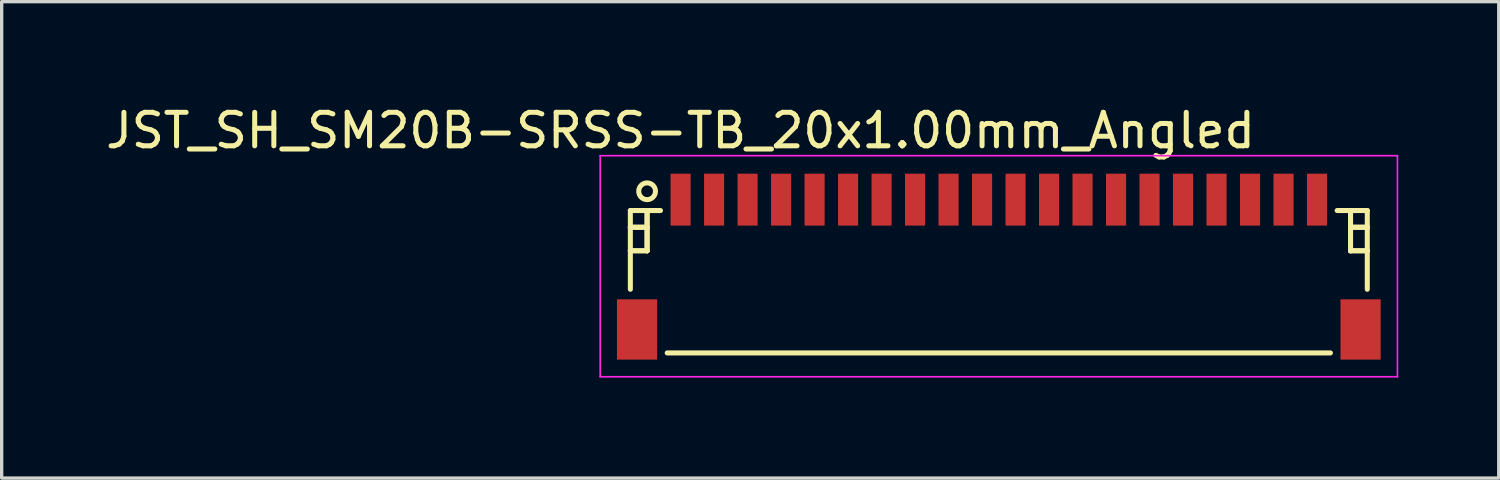
<source format=kicad_pcb>
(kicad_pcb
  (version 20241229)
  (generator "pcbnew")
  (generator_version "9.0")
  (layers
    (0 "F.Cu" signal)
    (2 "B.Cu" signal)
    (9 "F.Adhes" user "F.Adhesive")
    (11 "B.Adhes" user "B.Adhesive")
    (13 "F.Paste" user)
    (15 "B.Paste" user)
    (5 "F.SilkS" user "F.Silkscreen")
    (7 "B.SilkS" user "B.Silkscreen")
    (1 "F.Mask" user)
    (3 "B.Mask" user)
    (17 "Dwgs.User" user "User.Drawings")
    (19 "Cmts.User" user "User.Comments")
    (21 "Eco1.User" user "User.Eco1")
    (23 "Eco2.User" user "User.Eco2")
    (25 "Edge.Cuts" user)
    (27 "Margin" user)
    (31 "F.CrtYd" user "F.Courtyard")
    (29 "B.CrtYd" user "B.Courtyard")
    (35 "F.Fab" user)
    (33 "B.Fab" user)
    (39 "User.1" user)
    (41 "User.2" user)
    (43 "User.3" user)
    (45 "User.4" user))
  (footprint "JST_SH_SM20B-SRSS-TB_20x1.00mm_Angled"
    (layer "F.Cu")
    (at 26.768 4.848)
    (property "Reference" "JST_SH_SM20B-SRSS-TB_20x1.00mm_Angled" (at -9.5 -4 0) (layer "F.SilkS") (effects (font (size 1 1) (thickness 0.15))))
    (attr smd)
    (fp_line (start -11 -1.613) (end -10.1 -1.613) (stroke (width 0.15) (type solid)) (layer "F.SilkS"))
    (fp_line (start -11 -1.113) (end -11 -1.113) (stroke (width 0.15) (type solid)) (layer "F.SilkS"))
    (fp_line (start -11 -1.113) (end -10.5 -1.113) (stroke (width 0.15) (type solid)) (layer "F.SilkS"))
    (fp_line (start -11 -0.412) (end -11 -0.412) (stroke (width 0.15) (type solid)) (layer "F.SilkS"))
    (fp_line (start -11 -0.412) (end -10.5 -0.412) (stroke (width 0.15) (type solid)) (layer "F.SilkS"))
    (fp_line (start -11 0.738) (end -11 -1.613) (stroke (width 0.15) (type solid)) (layer "F.SilkS"))
    (fp_line (start -10.5 -1.613) (end -10.5 -1.613) (stroke (width 0.15) (type solid)) (layer "F.SilkS"))
    (fp_line (start -10.5 -1.613) (end -10.5 -0.412) (stroke (width 0.15) (type solid)) (layer "F.SilkS"))
    (fp_line (start -10.5 -1.113) (end -11 -1.113) (stroke (width 0.15) (type solid)) (layer "F.SilkS"))
    (fp_line (start -10.5 -1.113) (end -10.5 -1.113) (stroke (width 0.15) (type solid)) (layer "F.SilkS"))
    (fp_line (start -10.5 -0.412) (end -11 -0.412) (stroke (width 0.15) (type solid)) (layer "F.SilkS"))
    (fp_line (start -10.5 -0.412) (end -10.5 -1.613) (stroke (width 0.15) (type solid)) (layer "F.SilkS"))
    (fp_line (start -10.5 -0.412) (end -10.5 -0.412) (stroke (width 0.15) (type solid)) (layer "F.SilkS"))
    (fp_line (start -10.5 -0.412) (end -10.5 -0.412) (stroke (width 0.15) (type solid)) (layer "F.SilkS"))
    (fp_line (start -9.9 2.638) (end 9.9 2.638) (stroke (width 0.15) (type solid)) (layer "F.SilkS"))
    (fp_line (start 10.5 -1.613) (end 10.5 -1.613) (stroke (width 0.15) (type solid)) (layer "F.SilkS"))
    (fp_line (start 10.5 -1.613) (end 10.5 -0.412) (stroke (width 0.15) (type solid)) (layer "F.SilkS"))
    (fp_line (start 10.5 -1.113) (end 10.5 -1.113) (stroke (width 0.15) (type solid)) (layer "F.SilkS"))
    (fp_line (start 10.5 -1.113) (end 11 -1.113) (stroke (width 0.15) (type solid)) (layer "F.SilkS"))
    (fp_line (start 10.5 -0.412) (end 10.5 -1.613) (stroke (width 0.15) (type solid)) (layer "F.SilkS"))
    (fp_line (start 10.5 -0.412) (end 10.5 -0.412) (stroke (width 0.15) (type solid)) (layer "F.SilkS"))
    (fp_line (start 10.5 -0.412) (end 10.5 -0.412) (stroke (width 0.15) (type solid)) (layer "F.SilkS"))
    (fp_line (start 10.5 -0.412) (end 11 -0.412) (stroke (width 0.15) (type solid)) (layer "F.SilkS"))
    (fp_line (start 11 -1.613) (end 10.1 -1.613) (stroke (width 0.15) (type solid)) (layer "F.SilkS"))
    (fp_line (start 11 -1.113) (end 10.5 -1.113) (stroke (width 0.15) (type solid)) (layer "F.SilkS"))
    (fp_line (start 11 -1.113) (end 11 -1.113) (stroke (width 0.15) (type solid)) (layer "F.SilkS"))
    (fp_line (start 11 -0.412) (end 10.5 -0.412) (stroke (width 0.15) (type solid)) (layer "F.SilkS"))
    (fp_line (start 11 -0.412) (end 11 -0.412) (stroke (width 0.15) (type solid)) (layer "F.SilkS"))
    (fp_line (start 11 0.738) (end 11 -1.613) (stroke (width 0.15) (type solid)) (layer "F.SilkS"))
    (fp_circle (center -10.5 -2.188) (end -10.25 -2.188) (stroke (width 0.15) (type solid)) (fill no) (layer "F.SilkS"))
    (fp_line (start -11.9 -3.25) (end 11.9 -3.25) (stroke (width 0.05) (type solid)) (layer "F.CrtYd"))
    (fp_line (start -11.9 3.35) (end -11.9 -3.25) (stroke (width 0.05) (type solid)) (layer "F.CrtYd"))
    (fp_line (start 11.9 -3.25) (end 11.9 3.35) (stroke (width 0.05) (type solid)) (layer "F.CrtYd"))
    (fp_line (start 11.9 3.35) (end -11.9 3.35) (stroke (width 0.05) (type solid)) (layer "F.CrtYd"))
    (pad "" smd rect (at -10.8 1.938) (size 1.2 1.8) (layers "F.Cu" "F.Mask" "F.Paste"))
    (pad "" smd rect (at 10.8 1.938) (size 1.2 1.8) (layers "F.Cu" "F.Mask" "F.Paste"))
    (pad "1" smd rect (at -9.5 -1.938) (size 0.6 1.55) (layers "F.Cu" "F.Mask" "F.Paste"))
    (pad "2" smd rect (at -8.5 -1.938) (size 0.6 1.55) (layers "F.Cu" "F.Mask" "F.Paste"))
    (pad "3" smd rect (at -7.5 -1.938) (size 0.6 1.55) (layers "F.Cu" "F.Mask" "F.Paste"))
    (pad "4" smd rect (at -6.5 -1.938) (size 0.6 1.55) (layers "F.Cu" "F.Mask" "F.Paste"))
    (pad "5" smd rect (at -5.5 -1.938) (size 0.6 1.55) (layers "F.Cu" "F.Mask" "F.Paste"))
    (pad "6" smd rect (at -4.5 -1.938) (size 0.6 1.55) (layers "F.Cu" "F.Mask" "F.Paste"))
    (pad "7" smd rect (at -3.5 -1.938) (size 0.6 1.55) (layers "F.Cu" "F.Mask" "F.Paste"))
    (pad "8" smd rect (at -2.5 -1.938) (size 0.6 1.55) (layers "F.Cu" "F.Mask" "F.Paste"))
    (pad "9" smd rect (at -1.5 -1.938) (size 0.6 1.55) (layers "F.Cu" "F.Mask" "F.Paste"))
    (pad "10" smd rect (at -0.5 -1.938) (size 0.6 1.55) (layers "F.Cu" "F.Mask" "F.Paste"))
    (pad "11" smd rect (at 0.5 -1.938) (size 0.6 1.55) (layers "F.Cu" "F.Mask" "F.Paste"))
    (pad "12" smd rect (at 1.5 -1.938) (size 0.6 1.55) (layers "F.Cu" "F.Mask" "F.Paste"))
    (pad "13" smd rect (at 2.5 -1.938) (size 0.6 1.55) (layers "F.Cu" "F.Mask" "F.Paste"))
    (pad "14" smd rect (at 3.5 -1.938) (size 0.6 1.55) (layers "F.Cu" "F.Mask" "F.Paste"))
    (pad "15" smd rect (at 4.5 -1.938) (size 0.6 1.55) (layers "F.Cu" "F.Mask" "F.Paste"))
    (pad "16" smd rect (at 5.5 -1.938) (size 0.6 1.55) (layers "F.Cu" "F.Mask" "F.Paste"))
    (pad "17" smd rect (at 6.5 -1.938) (size 0.6 1.55) (layers "F.Cu" "F.Mask" "F.Paste"))
    (pad "18" smd rect (at 7.5 -1.938) (size 0.6 1.55) (layers "F.Cu" "F.Mask" "F.Paste"))
    (pad "19" smd rect (at 8.5 -1.938) (size 0.6 1.55) (layers "F.Cu" "F.Mask" "F.Paste"))
    (pad "20" smd rect (at 9.5 -1.938) (size 0.6 1.55) (layers "F.Cu" "F.Mask" "F.Paste")))
  (gr_rect
    (start -3 -3)
    (end 41.693 11.223)
    (stroke (width 0.1) (type default))
    (fill no)
    (layer "Edge.Cuts")))
</source>
